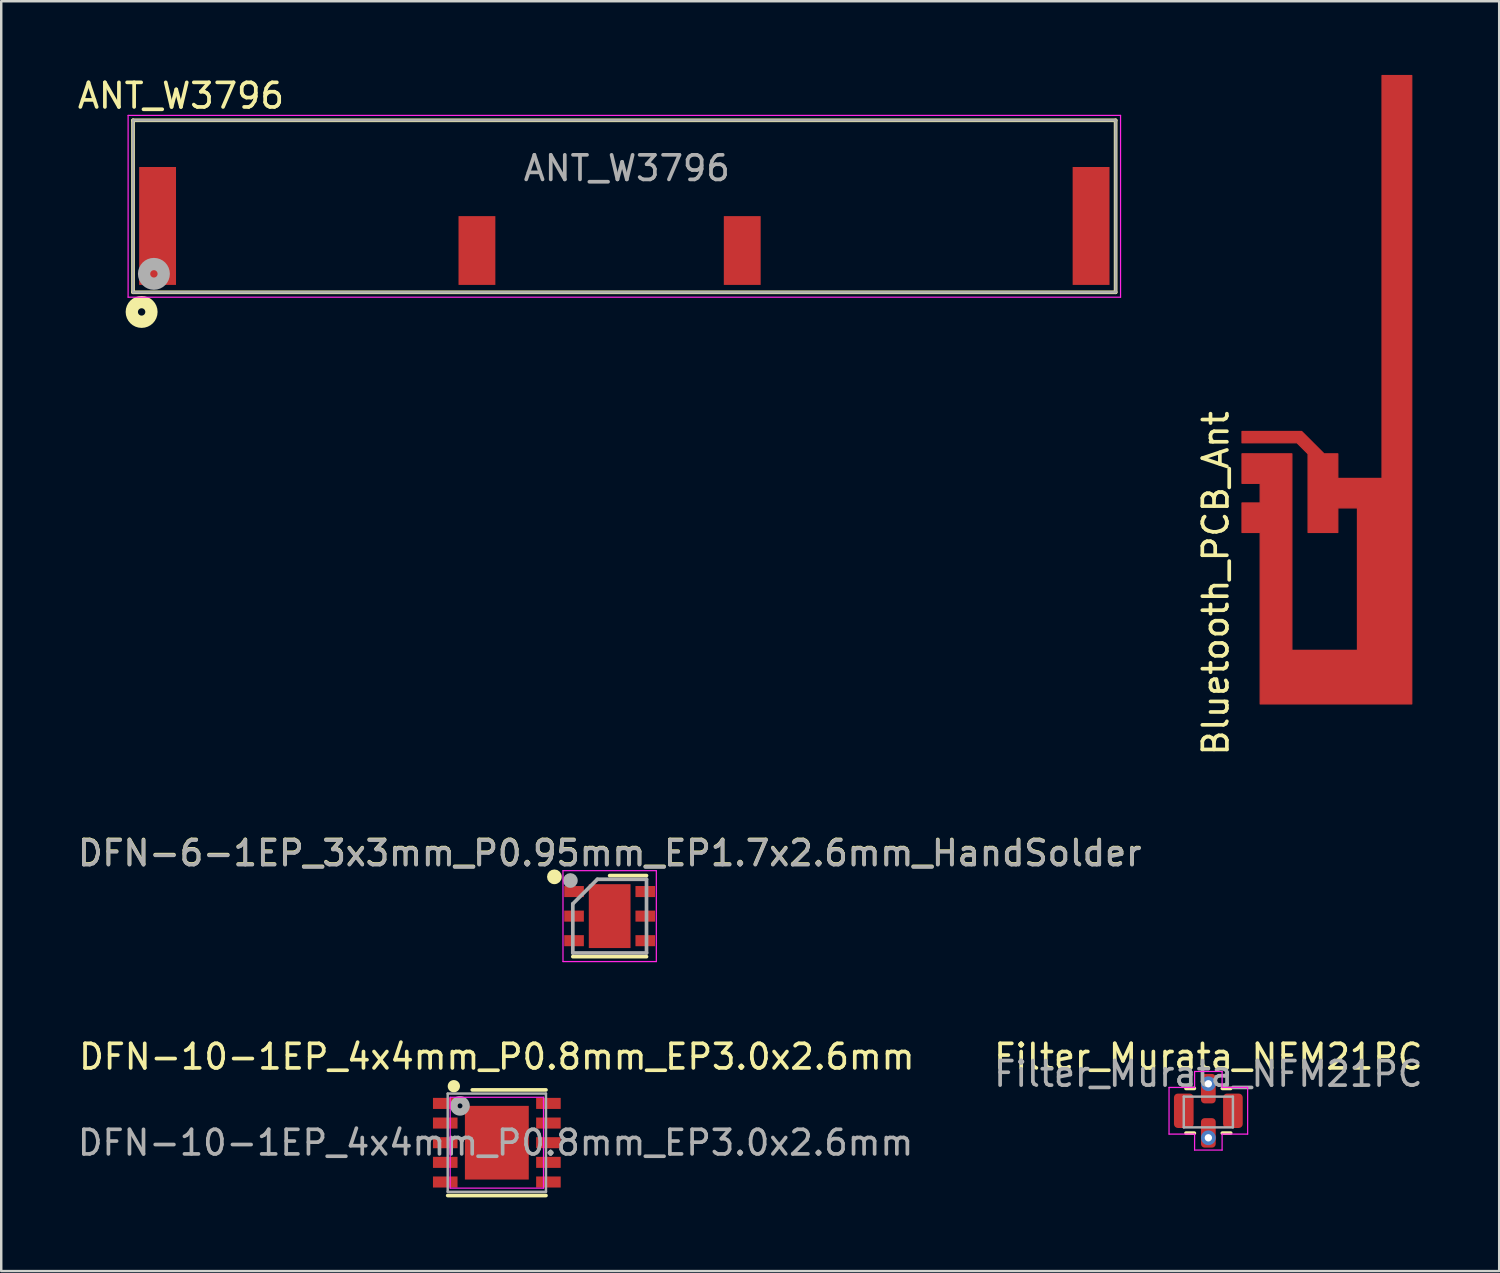
<source format=kicad_pcb>
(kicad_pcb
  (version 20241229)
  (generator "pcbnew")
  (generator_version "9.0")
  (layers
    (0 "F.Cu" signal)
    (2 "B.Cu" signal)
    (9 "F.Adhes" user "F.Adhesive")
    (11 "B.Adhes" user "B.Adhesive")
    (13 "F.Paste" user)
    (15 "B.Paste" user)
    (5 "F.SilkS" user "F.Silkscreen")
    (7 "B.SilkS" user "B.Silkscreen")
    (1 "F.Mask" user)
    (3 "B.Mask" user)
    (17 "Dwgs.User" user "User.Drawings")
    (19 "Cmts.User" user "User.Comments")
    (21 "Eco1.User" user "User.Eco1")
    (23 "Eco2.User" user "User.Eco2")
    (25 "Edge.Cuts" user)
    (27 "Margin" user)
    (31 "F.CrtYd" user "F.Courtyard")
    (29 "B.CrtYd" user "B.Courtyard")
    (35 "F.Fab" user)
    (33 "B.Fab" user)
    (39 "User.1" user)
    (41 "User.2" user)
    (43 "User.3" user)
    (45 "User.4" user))
  (footprint "DFN-6-1EP_3x3mm_P0.95mm_EP1.7x2.6mm_HandSolder"
    (layer "F.Cu")
    (at 21.768 34.243)
    (property "Reference" "DFN-6-1EP_3x3mm_P0.95mm_EP1.7x2.6mm_HandSolder" (at 0 -2.575 0) (layer "F.SilkS") (effects (font (size 1 1) (thickness 0.15))))
    (attr smd)
    (fp_line (start -1.5 1.65) (end 1.5 1.65) (stroke (width 0.15) (type solid)) (layer "F.SilkS"))
    (fp_line (start 0 -1.65) (end 1.5 -1.65) (stroke (width 0.15) (type solid)) (layer "F.SilkS"))
    (fp_circle (center -2.25 -1.6) (end -2.1 -1.6) (stroke (width 0.3) (type solid)) (fill no) (layer "F.SilkS"))
    (fp_line (start -1.9 -1.85) (end -1.9 1.85) (stroke (width 0.05) (type solid)) (layer "F.CrtYd"))
    (fp_line (start -1.9 -1.85) (end 1.9 -1.85) (stroke (width 0.05) (type solid)) (layer "F.CrtYd"))
    (fp_line (start -1.9 1.85) (end 1.9 1.85) (stroke (width 0.05) (type solid)) (layer "F.CrtYd"))
    (fp_line (start 1.9 -1.85) (end 1.9 1.85) (stroke (width 0.05) (type solid)) (layer "F.CrtYd"))
    (fp_line (start -1.5 -0.5) (end -0.5 -1.5) (stroke (width 0.15) (type solid)) (layer "F.Fab"))
    (fp_line (start -1.5 1.5) (end -1.5 -0.5) (stroke (width 0.15) (type solid)) (layer "F.Fab"))
    (fp_line (start -0.5 -1.5) (end 1.5 -1.5) (stroke (width 0.15) (type solid)) (layer "F.Fab"))
    (fp_line (start 1.5 -1.5) (end 1.5 1.5) (stroke (width 0.15) (type solid)) (layer "F.Fab"))
    (fp_line (start 1.5 1.5) (end -1.5 1.5) (stroke (width 0.15) (type solid)) (layer "F.Fab"))
    (fp_circle (center -1.6 -1.45) (end -1.45 -1.45) (stroke (width 0.3) (type solid)) (fill no) (layer "F.Fab"))
    (fp_text user "${REFERENCE}" (at 0 -2.55 0) (layer "F.Fab") (effects (font (size 1 1) (thickness 0.15))))
    (pad "" smd rect (at -0.425 -0.866) (size 0.5 0.6) (layers "F.Paste"))
    (pad "" smd rect (at -0.425 0) (size 0.5 0.6) (layers "F.Paste"))
    (pad "" smd rect (at -0.425 0.866) (size 0.5 0.6) (layers "F.Paste"))
    (pad "" smd rect (at 0.425 -0.866) (size 0.5 0.6) (layers "F.Paste"))
    (pad "" smd rect (at 0.425 0) (size 0.5 0.6) (layers "F.Paste"))
    (pad "" smd rect (at 0.425 0.866) (size 0.5 0.6) (layers "F.Paste"))
    (pad "1" smd rect (at -1.45 -1) (size 0.8 0.45) (layers "F.Cu" "F.Mask" "F.Paste"))
    (pad "2" smd rect (at -1.45 0) (size 0.8 0.45) (layers "F.Cu" "F.Mask" "F.Paste"))
    (pad "3" smd rect (at -1.45 1) (size 0.8 0.45) (layers "F.Cu" "F.Mask" "F.Paste"))
    (pad "4" smd rect (at 1.45 1) (size 0.8 0.45) (layers "F.Cu" "F.Mask" "F.Paste"))
    (pad "5" smd rect (at 1.45 0) (size 0.8 0.45) (layers "F.Cu" "F.Mask" "F.Paste"))
    (pad "6" smd rect (at 1.45 -1) (size 0.8 0.45) (layers "F.Cu" "F.Mask" "F.Paste"))
    (pad "7" smd rect (at 0 0) (size 1.7 2.6) (layers "F.Cu" "F.Mask")))
  (footprint "ANT_W3796"
    (layer "F.Cu")
    (at 22.365 5.348)
    (property "Reference" "ANT_W3796" (at -18.05 -4.5 0) (layer "F.SilkS") (effects (font (size 1 1) (thickness 0.15))))
    (attr smd)
    (fp_line (start -20 -3.5) (end -20 3.5) (stroke (width 0.15) (type solid)) (layer "F.SilkS"))
    (fp_line (start -20 3.5) (end 20 3.5) (stroke (width 0.15) (type solid)) (layer "F.SilkS"))
    (fp_line (start 20 -3.5) (end -20 -3.5) (stroke (width 0.15) (type solid)) (layer "F.SilkS"))
    (fp_line (start 20 3.5) (end 20 -3.5) (stroke (width 0.15) (type solid)) (layer "F.SilkS"))
    (fp_circle (center -19.65 4.3) (end -19.5 4.3) (stroke (width 0.5) (type solid)) (fill no) (layer "F.SilkS"))
    (fp_line (start -20.2 -3.7) (end 20.2 -3.7) (stroke (width 0.05) (type solid)) (layer "F.CrtYd"))
    (fp_line (start -20.2 3.7) (end -20.2 -3.7) (stroke (width 0.05) (type solid)) (layer "F.CrtYd"))
    (fp_line (start 20.2 -3.7) (end 20.2 3.7) (stroke (width 0.05) (type solid)) (layer "F.CrtYd"))
    (fp_line (start 20.2 3.7) (end -20.2 3.7) (stroke (width 0.05) (type solid)) (layer "F.CrtYd"))
    (fp_line (start -20 -3.5) (end -20 3.5) (stroke (width 0.1) (type solid)) (layer "F.Fab"))
    (fp_line (start -20 3.5) (end 20 3.5) (stroke (width 0.1) (type solid)) (layer "F.Fab"))
    (fp_line (start 20 -3.5) (end -20 -3.5) (stroke (width 0.1) (type solid)) (layer "F.Fab"))
    (fp_line (start 20 3.5) (end 20 -3.5) (stroke (width 0.1) (type solid)) (layer "F.Fab"))
    (fp_circle (center -19.15 2.75) (end -19 2.75) (stroke (width 0.5) (type solid)) (fill no) (layer "F.Fab"))
    (fp_text user "${REFERENCE}" (at 0.1 -1.55 0) (layer "F.Fab") (effects (font (size 1 1) (thickness 0.15))))
    (pad "1" smd rect (at -19 0.8) (size 1.5 4.8) (layers "F.Cu" "F.Mask" "F.Paste"))
    (pad "2" smd rect (at -6 1.8) (size 1.5 2.8) (layers "F.Cu" "F.Mask" "F.Paste"))
    (pad "3" smd rect (at 4.8 1.8) (size 1.5 2.8) (layers "F.Cu" "F.Mask" "F.Paste"))
    (pad "4" smd rect (at 19 0.8) (size 1.5 4.8) (layers "F.Cu" "F.Mask" "F.Paste")))
  (footprint "Filter_Murata_NFM21PC"
    (layer "F.Cu")
    (at 46.139 42.167)
    (property "Reference" "Filter_Murata_NFM21PC" (at 0 -2.2 0) (layer "F.SilkS") (effects (font (size 1 1) (thickness 0.15))))
    (attr smd)
    (fp_line (start -0.91 -0.91) (end -0.57 -0.91) (stroke (width 0.15) (type solid)) (layer "F.SilkS"))
    (fp_line (start -0.91 0.91) (end -0.57 0.91) (stroke (width 0.15) (type solid)) (layer "F.SilkS"))
    (fp_line (start 0.57 -0.91) (end 0.91 -0.91) (stroke (width 0.15) (type solid)) (layer "F.SilkS"))
    (fp_line (start 0.57 0.91) (end 0.91 0.91) (stroke (width 0.15) (type solid)) (layer "F.SilkS"))
    (fp_line (start -1.6 -0.95) (end -1.6 0.95) (stroke (width 0.05) (type solid)) (layer "F.CrtYd"))
    (fp_line (start -1.6 0.95) (end -0.56 0.95) (stroke (width 0.05) (type solid)) (layer "F.CrtYd"))
    (fp_line (start -0.56 -0.95) (end -1.6 -0.95) (stroke (width 0.05) (type solid)) (layer "F.CrtYd"))
    (fp_line (start -0.56 -0.95) (end -0.56 -1.6) (stroke (width 0.05) (type solid)) (layer "F.CrtYd"))
    (fp_line (start -0.56 1.6) (end -0.56 0.95) (stroke (width 0.05) (type solid)) (layer "F.CrtYd"))
    (fp_line (start 0.56 -1.6) (end -0.56 -1.6) (stroke (width 0.05) (type solid)) (layer "F.CrtYd"))
    (fp_line (start 0.56 -0.95) (end 0.56 -1.6) (stroke (width 0.05) (type solid)) (layer "F.CrtYd"))
    (fp_line (start 0.56 -0.95) (end 1.6 -0.95) (stroke (width 0.05) (type solid)) (layer "F.CrtYd"))
    (fp_line (start 0.56 1.6) (end -0.56 1.6) (stroke (width 0.05) (type solid)) (layer "F.CrtYd"))
    (fp_line (start 0.56 1.6) (end 0.56 0.95) (stroke (width 0.05) (type solid)) (layer "F.CrtYd"))
    (fp_line (start 1.6 -0.95) (end 1.6 0.95) (stroke (width 0.05) (type solid)) (layer "F.CrtYd"))
    (fp_line (start 1.6 0.95) (end 0.56 0.95) (stroke (width 0.05) (type solid)) (layer "F.CrtYd"))
    (fp_line (start -1 -0.575) (end 1 -0.575) (stroke (width 0.1) (type solid)) (layer "F.Fab"))
    (fp_line (start -1 0.675) (end -1 -0.575) (stroke (width 0.1) (type solid)) (layer "F.Fab"))
    (fp_line (start 1 -0.575) (end 1 0.675) (stroke (width 0.1) (type solid)) (layer "F.Fab"))
    (fp_line (start 1 0.675) (end -1 0.675) (stroke (width 0.1) (type solid)) (layer "F.Fab"))
    (fp_text user "${REFERENCE}" (at 0 -1.5 0) (layer "F.Fab") (effects (font (size 1 1) (thickness 0.15))))
    (pad "1" smd roundrect (at -1 0) (size 0.8 1.4) (layers "F.Cu" "F.Mask" "F.Paste") (roundrect_rratio 0.2))
    (pad "2" thru_hole circle (at 0 -1.1) (size 0.6 0.6) (drill 0.3) (layers "*.Cu" "*.Mask"))
    (pad "2" smd roundrect (at 0 -0.9) (size 0.6 1.2) (layers "F.Cu" "F.Mask" "F.Paste") (roundrect_rratio 0.25))
    (pad "2" smd roundrect (at 0 0.9) (size 0.6 1.2) (layers "F.Cu" "F.Mask" "F.Paste") (roundrect_rratio 0.25))
    (pad "2" thru_hole circle (at 0 1.1) (size 0.6 0.6) (drill 0.3) (layers "*.Cu" "*.Mask"))
    (pad "3" smd roundrect (at 1 0) (size 0.8 1.4) (layers "F.Cu" "F.Mask" "F.Paste") (roundrect_rratio 0.2)))
  (footprint "Bluetooth_PCB_Ant"
    (layer "F.Cu")
    (at 47.489 16.995)
    (property "Reference" "Bluetooth_PCB_Ant" (at -1.05 3.7 90) (layer "F.SilkS") (effects (font (size 1 1) (thickness 0.15))))
    (attr smd)
    (fp_poly (pts (xy 5.72 -16.97) (xy 5.72 -0.57) (xy 3.92 -0.57) (xy 3.92 -1.57) (xy 3.36 -1.57) (xy 2.45 -2.48) (xy 0.02 -2.48) (xy 0.02 -2.02) (xy 2.26 -2.02) (xy 2.71 -1.57) (xy 2.71 1.63) (xy 3.92 1.63) (xy 3.92 0.63) (xy 4.72 0.63) (xy 4.72 6.43) (xy 2.05 6.43) (xy 2.05 -1.57) (xy 0.02 -1.57) (xy 0.02 -0.37) (xy 0.76 -0.37) (xy 0.76 0.43) (xy 0.02 0.43) (xy 0.02 1.63) (xy 0.76 1.63) (xy 0.76 8.61) (xy 6.93 8.61) (xy 6.93 -16.97)) (stroke (width 0.05) (type solid)) (fill yes) (layer "F.Cu"))
    (pad "1" smd rect (at 0.25 -2.25 270) (size 0.46 0.46) (layers "F.Cu"))
    (pad "2" smd rect (at 0.25 -0.97 270) (size 1.2 0.46) (layers "F.Cu"))
    (pad "2" smd rect (at 0.25 1.03 270) (size 1.2 0.46) (layers "F.Cu")))
  (footprint "DFN-10-1EP_4x4mm_P0.8mm_EP3.0x2.6mm"
    (layer "F.Cu")
    (at 17.175 43.467)
    (property "Reference" "DFN-10-1EP_4x4mm_P0.8mm_EP3.0x2.6mm" (at 0 -3.5 0) (layer "F.SilkS") (effects (font (size 1 1) (thickness 0.15))))
    (attr smd)
    (fp_line (start -2 2.15) (end 2 2.15) (stroke (width 0.15) (type solid)) (layer "F.SilkS"))
    (fp_line (start -1 -2.15) (end 2 -2.15) (stroke (width 0.15) (type solid)) (layer "F.SilkS"))
    (fp_circle (center -1.75 -2.3) (end -1.65 -2.3) (stroke (width 0.3) (type solid)) (fill yes) (layer "F.SilkS"))
    (fp_line (start -1.9 -1.85) (end -1.9 1.85) (stroke (width 0.05) (type solid)) (layer "F.CrtYd"))
    (fp_line (start -1.9 -1.85) (end 1.9 -1.85) (stroke (width 0.05) (type solid)) (layer "F.CrtYd"))
    (fp_line (start -1.9 1.85) (end 1.9 1.85) (stroke (width 0.05) (type solid)) (layer "F.CrtYd"))
    (fp_line (start 1.9 -1.85) (end 1.9 1.85) (stroke (width 0.05) (type solid)) (layer "F.CrtYd"))
    (fp_line (start -2 -2) (end 2 -2) (stroke (width 0.1) (type solid)) (layer "F.Fab"))
    (fp_line (start -2 2) (end -2 -2) (stroke (width 0.1) (type solid)) (layer "F.Fab"))
    (fp_line (start 2 -2) (end 2 2) (stroke (width 0.1) (type solid)) (layer "F.Fab"))
    (fp_line (start 2 2) (end -2 2) (stroke (width 0.1) (type solid)) (layer "F.Fab"))
    (fp_circle (center -1.5 -1.5) (end -1.4 -1.5) (stroke (width 0.3) (type solid)) (fill no) (layer "F.Fab"))
    (fp_text user "${REFERENCE}" (at -0.05 0 0) (layer "F.Fab") (effects (font (size 1 1) (thickness 0.15))))
    (pad "" smd rect (at -0.6 -0.7) (size 1 1.2) (layers "F.Paste"))
    (pad "" smd rect (at -0.6 0.7) (size 1 1.2) (layers "F.Paste"))
    (pad "" smd rect (at 0.6 -0.7) (size 1 1.2) (layers "F.Paste"))
    (pad "" smd rect (at 0.6 0.7) (size 1 1.2) (layers "F.Paste"))
    (pad "1" smd rect (at -2.1 -1.6) (size 1 0.45) (layers "F.Cu" "F.Mask" "F.Paste"))
    (pad "2" smd rect (at -2.1 -0.8) (size 1 0.45) (layers "F.Cu" "F.Mask" "F.Paste"))
    (pad "3" smd rect (at -2.1 0) (size 1 0.45) (layers "F.Cu" "F.Mask" "F.Paste"))
    (pad "4" smd rect (at -2.1 0.8) (size 1 0.45) (layers "F.Cu" "F.Mask" "F.Paste"))
    (pad "5" smd rect (at -2.1 1.6) (size 1 0.45) (layers "F.Cu" "F.Mask" "F.Paste"))
    (pad "6" smd rect (at 2.1 1.6) (size 1 0.45) (layers "F.Cu" "F.Mask" "F.Paste"))
    (pad "7" smd rect (at 2.1 0.8) (size 1 0.45) (layers "F.Cu" "F.Mask" "F.Paste"))
    (pad "8" smd rect (at 2.1 0) (size 1 0.45) (layers "F.Cu" "F.Mask" "F.Paste"))
    (pad "9" smd rect (at 2.1 -0.8) (size 1 0.45) (layers "F.Cu" "F.Mask" "F.Paste"))
    (pad "10" smd rect (at 2.1 -1.6) (size 1 0.45) (layers "F.Cu" "F.Mask" "F.Paste"))
    (pad "11" smd rect (at 0 0) (size 2.6 3) (layers "F.Cu" "F.Mask")))
  (gr_rect
    (start -3 -3)
    (end 57.979 48.692)
    (stroke (width 0.1) (type default))
    (fill no)
    (layer "Edge.Cuts")))
</source>
